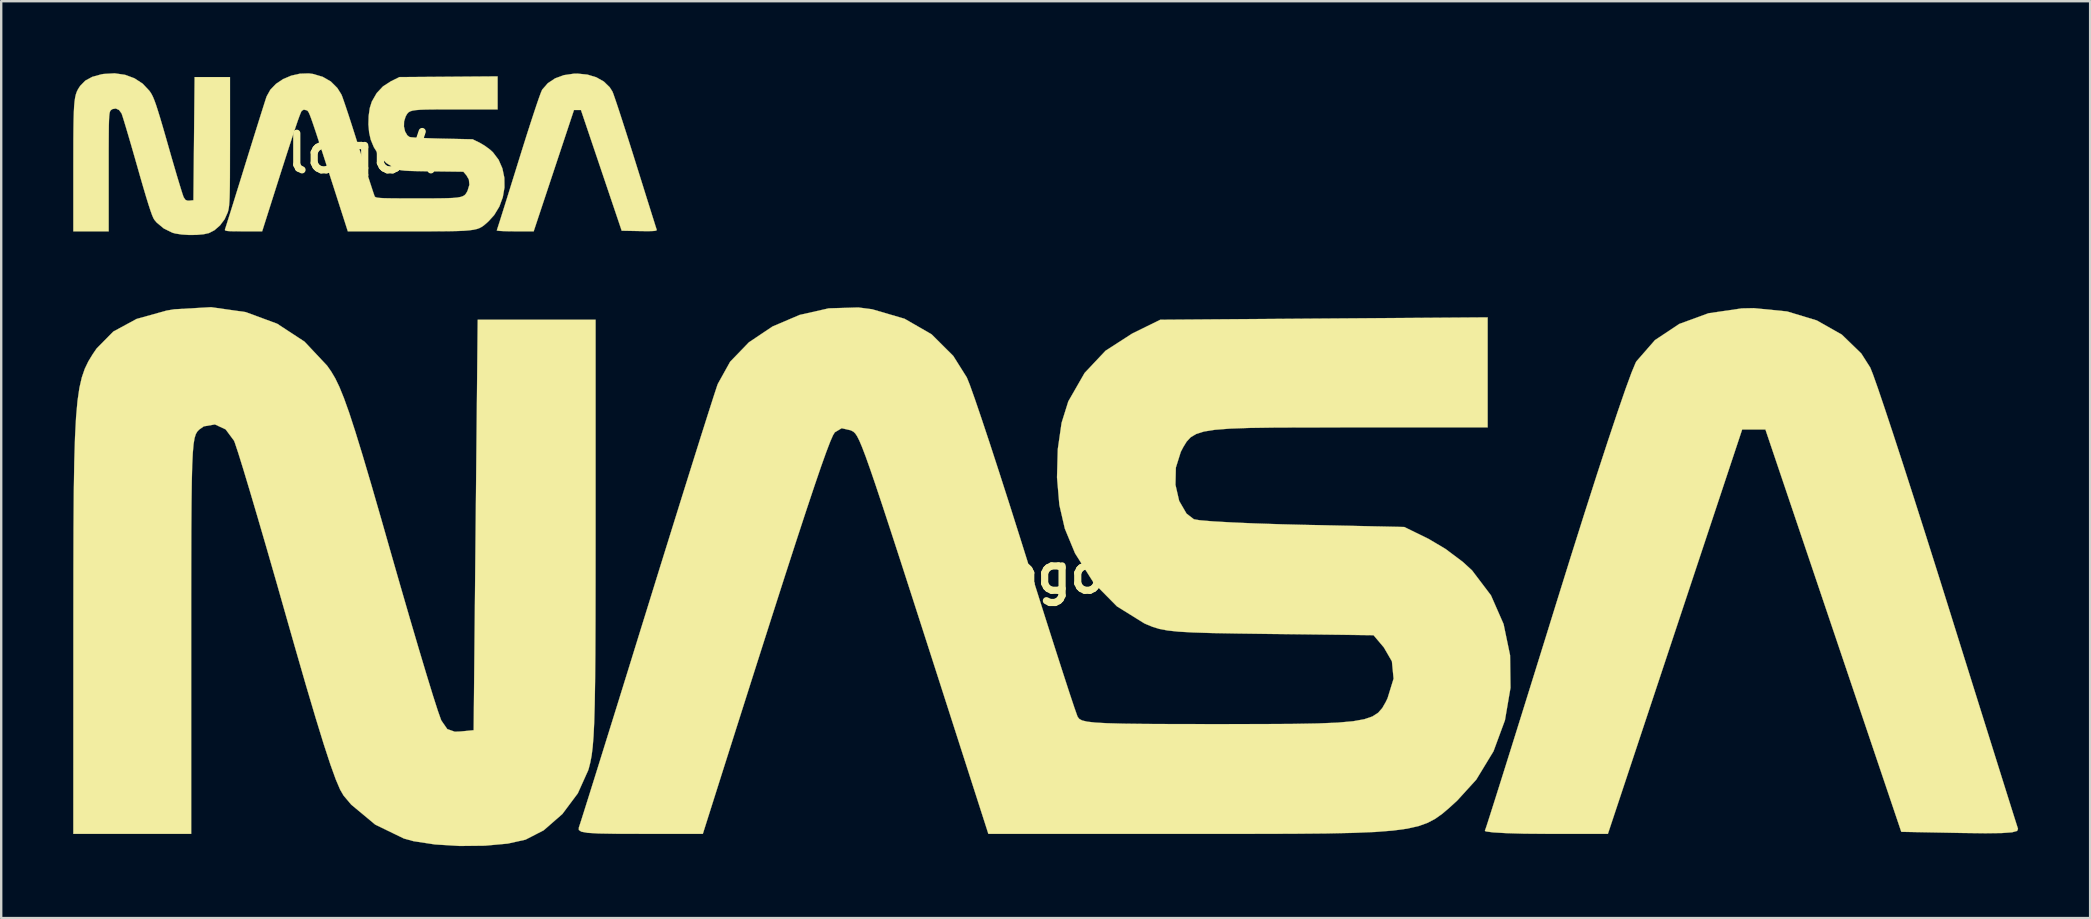
<source format=kicad_pcb>
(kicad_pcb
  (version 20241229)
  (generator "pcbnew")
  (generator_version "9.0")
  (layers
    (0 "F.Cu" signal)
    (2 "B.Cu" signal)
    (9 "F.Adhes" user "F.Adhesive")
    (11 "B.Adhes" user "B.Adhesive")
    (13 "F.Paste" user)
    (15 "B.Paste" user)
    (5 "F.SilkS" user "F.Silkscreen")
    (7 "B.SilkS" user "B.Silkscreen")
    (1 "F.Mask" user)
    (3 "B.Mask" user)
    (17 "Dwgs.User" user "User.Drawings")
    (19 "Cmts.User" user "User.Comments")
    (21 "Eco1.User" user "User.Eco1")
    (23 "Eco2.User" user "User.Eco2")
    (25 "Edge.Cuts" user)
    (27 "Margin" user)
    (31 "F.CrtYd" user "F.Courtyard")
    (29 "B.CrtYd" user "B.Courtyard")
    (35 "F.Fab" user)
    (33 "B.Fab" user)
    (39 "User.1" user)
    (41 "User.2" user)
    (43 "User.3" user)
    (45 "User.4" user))
  (footprint "logo4"
    (layer "F.Cu")
    (at 12.146 3.337)
    (property "Reference" "logo4" (at 0 0 0) (layer "F.SilkS") (effects (font (size 1.524 1.524) (thickness 0.3))))
    (attr through_hole)
    (fp_poly (pts (xy 9.281 -3.278) (xy 9.651 -3.166) (xy 9.964 -2.989) (xy 10.207 -2.753) (xy 10.319 -2.577) (xy 10.354 -2.491) (xy 10.415 -2.317) (xy 10.501 -2.065) (xy 10.607 -1.745) (xy 10.73 -1.366) (xy 10.868 -0.937) (xy 11.018 -0.468) (xy 11.176 0.031) (xy 11.284 0.377) (xy 11.443 0.885) (xy 11.594 1.366) (xy 11.732 1.809) (xy 11.857 2.206) (xy 11.964 2.548) (xy 12.052 2.826) (xy 12.116 3.032) (xy 12.156 3.155) (xy 12.167 3.189) (xy 12.155 3.215) (xy 12.092 3.232) (xy 11.964 3.241) (xy 11.76 3.244) (xy 11.467 3.24) (xy 11.449 3.24) (xy 10.707 3.226) (xy 9.858 0.711) (xy 9.009 -1.803) (xy 8.719 -1.803) (xy 7.04 3.251) (xy 6.26 3.251) (xy 5.994 3.249) (xy 5.77 3.242) (xy 5.604 3.233) (xy 5.514 3.221) (xy 5.503 3.213) (xy 5.521 3.159) (xy 5.567 3.016) (xy 5.638 2.794) (xy 5.73 2.501) (xy 5.842 2.145) (xy 5.97 1.736) (xy 6.111 1.281) (xy 6.264 0.791) (xy 6.399 0.356) (xy 6.579 -0.221) (xy 6.747 -0.754) (xy 6.902 -1.237) (xy 7.041 -1.662) (xy 7.161 -2.022) (xy 7.26 -2.309) (xy 7.336 -2.516) (xy 7.386 -2.635) (xy 7.397 -2.655) (xy 7.628 -2.92) (xy 7.932 -3.122) (xy 8.297 -3.256) (xy 8.714 -3.317) (xy 8.865 -3.32) (xy 9.281 -3.278)) (stroke (width 0.01) (type solid)) (fill yes) (layer "F.SilkS"))
    (fp_poly (pts (xy -9.986 -3.27) (xy -9.594 -3.125) (xy -9.251 -2.901) (xy -8.969 -2.601) (xy -8.918 -2.527) (xy -8.868 -2.443) (xy -8.816 -2.336) (xy -8.759 -2.196) (xy -8.693 -2.013) (xy -8.617 -1.777) (xy -8.525 -1.48) (xy -8.416 -1.111) (xy -8.286 -0.661) (xy -8.179 -0.287) (xy -8.055 0.148) (xy -7.935 0.558) (xy -7.826 0.931) (xy -7.728 1.255) (xy -7.647 1.519) (xy -7.586 1.711) (xy -7.547 1.821) (xy -7.54 1.836) (xy -7.467 1.942) (xy -7.373 1.975) (xy -7.3 1.972) (xy -7.137 1.956) (xy -7.087 -3.175) (xy -5.613 -3.175) (xy -5.613 -0.508) (xy -5.614 0.087) (xy -5.615 0.59) (xy -5.616 1.009) (xy -5.619 1.353) (xy -5.624 1.632) (xy -5.63 1.855) (xy -5.639 2.03) (xy -5.65 2.166) (xy -5.663 2.273) (xy -5.679 2.359) (xy -5.699 2.434) (xy -5.705 2.456) (xy -5.835 2.745) (xy -6.028 3.003) (xy -6.262 3.207) (xy -6.49 3.324) (xy -6.712 3.373) (xy -6.998 3.399) (xy -7.313 3.403) (xy -7.621 3.384) (xy -7.889 3.343) (xy -8.01 3.31) (xy -8.368 3.135) (xy -8.668 2.886) (xy -8.764 2.772) (xy -8.807 2.698) (xy -8.861 2.571) (xy -8.928 2.384) (xy -9.011 2.13) (xy -9.112 1.803) (xy -9.233 1.395) (xy -9.376 0.9) (xy -9.475 0.551) (xy -9.602 0.107) (xy -9.723 -0.313) (xy -9.835 -0.696) (xy -9.934 -1.03) (xy -10.017 -1.306) (xy -10.081 -1.512) (xy -10.122 -1.636) (xy -10.132 -1.662) (xy -10.237 -1.804) (xy -10.371 -1.866) (xy -10.511 -1.842) (xy -10.568 -1.802) (xy -10.591 -1.778) (xy -10.61 -1.745) (xy -10.626 -1.696) (xy -10.638 -1.62) (xy -10.648 -1.51) (xy -10.655 -1.356) (xy -10.661 -1.151) (xy -10.664 -0.884) (xy -10.666 -0.548) (xy -10.668 -0.134) (xy -10.668 0.367) (xy -10.668 0.77) (xy -10.668 3.251) (xy -12.141 3.251) (xy -12.141 0.597) (xy -12.14 -0.032) (xy -12.139 -0.568) (xy -12.135 -1.02) (xy -12.129 -1.397) (xy -12.12 -1.707) (xy -12.107 -1.959) (xy -12.089 -2.161) (xy -12.065 -2.324) (xy -12.035 -2.454) (xy -11.998 -2.562) (xy -11.953 -2.655) (xy -11.9 -2.742) (xy -11.85 -2.815) (xy -11.642 -3.027) (xy -11.351 -3.185) (xy -10.976 -3.289) (xy -10.88 -3.305) (xy -10.419 -3.332) (xy -9.986 -3.27)) (stroke (width 0.01) (type solid)) (fill yes) (layer "F.SilkS"))
    (fp_poly (pts (xy -2.157 -3.306) (xy -1.752 -3.187) (xy -1.414 -2.993) (xy -1.143 -2.723) (xy -0.973 -2.453) (xy -0.936 -2.363) (xy -0.874 -2.188) (xy -0.789 -1.938) (xy -0.685 -1.627) (xy -0.567 -1.264) (xy -0.438 -0.861) (xy -0.302 -0.431) (xy -0.254 -0.279) (xy -0.118 0.153) (xy 0.01 0.556) (xy 0.126 0.921) (xy 0.228 1.236) (xy 0.311 1.491) (xy 0.372 1.674) (xy 0.408 1.776) (xy 0.414 1.791) (xy 0.433 1.815) (xy 0.469 1.834) (xy 0.532 1.849) (xy 0.632 1.86) (xy 0.78 1.869) (xy 0.985 1.874) (xy 1.259 1.877) (xy 1.611 1.879) (xy 2.051 1.88) (xy 2.189 1.88) (xy 2.684 1.879) (xy 3.088 1.877) (xy 3.412 1.871) (xy 3.664 1.861) (xy 3.855 1.844) (xy 3.997 1.818) (xy 4.098 1.783) (xy 4.169 1.737) (xy 4.22 1.678) (xy 4.263 1.604) (xy 4.286 1.557) (xy 4.361 1.312) (xy 4.34 1.095) (xy 4.24 0.921) (xy 4.111 0.768) (xy 2.805 0.752) (xy 2.404 0.747) (xy 2.091 0.741) (xy 1.851 0.734) (xy 1.671 0.724) (xy 1.536 0.709) (xy 1.434 0.69) (xy 1.349 0.664) (xy 1.267 0.63) (xy 1.245 0.62) (xy 0.903 0.408) (xy 0.612 0.113) (xy 0.38 -0.255) (xy 0.252 -0.563) (xy 0.184 -0.861) (xy 0.154 -1.204) (xy 0.164 -1.557) (xy 0.211 -1.886) (xy 0.296 -2.155) (xy 0.296 -2.155) (xy 0.5 -2.51) (xy 0.76 -2.787) (xy 1.091 -3.001) (xy 1.105 -3.007) (xy 1.445 -3.175) (xy 3.491 -3.19) (xy 5.537 -3.205) (xy 5.537 -1.829) (xy 3.771 -1.829) (xy 3.28 -1.829) (xy 2.881 -1.827) (xy 2.563 -1.823) (xy 2.315 -1.814) (xy 2.128 -1.799) (xy 1.991 -1.777) (xy 1.893 -1.746) (xy 1.824 -1.705) (xy 1.774 -1.651) (xy 1.733 -1.584) (xy 1.702 -1.523) (xy 1.64 -1.326) (xy 1.635 -1.112) (xy 1.681 -0.91) (xy 1.773 -0.752) (xy 1.865 -0.681) (xy 1.939 -0.668) (xy 2.1 -0.655) (xy 2.333 -0.642) (xy 2.622 -0.629) (xy 2.954 -0.618) (xy 3.226 -0.611) (xy 4.496 -0.584) (xy 4.801 -0.435) (xy 5.01 -0.31) (xy 5.225 -0.15) (xy 5.343 -0.042) (xy 5.579 0.27) (xy 5.736 0.629) (xy 5.818 1.02) (xy 5.823 1.426) (xy 5.753 1.831) (xy 5.61 2.219) (xy 5.395 2.574) (xy 5.157 2.835) (xy 5.059 2.924) (xy 4.971 2.999) (xy 4.883 3.062) (xy 4.787 3.113) (xy 4.672 3.154) (xy 4.531 3.186) (xy 4.353 3.21) (xy 4.131 3.228) (xy 3.855 3.239) (xy 3.516 3.246) (xy 3.105 3.25) (xy 2.613 3.251) (xy 2.031 3.251) (xy 1.849 3.251) (xy -0.704 3.251) (xy -1.067 2.121) (xy -1.292 1.42) (xy -1.489 0.809) (xy -1.659 0.282) (xy -1.804 -0.167) (xy -1.927 -0.544) (xy -2.029 -0.857) (xy -2.114 -1.11) (xy -2.183 -1.312) (xy -2.238 -1.467) (xy -2.282 -1.583) (xy -2.317 -1.665) (xy -2.345 -1.72) (xy -2.368 -1.754) (xy -2.388 -1.774) (xy -2.408 -1.785) (xy -2.427 -1.794) (xy -2.537 -1.819) (xy -2.623 -1.768) (xy -2.646 -1.73) (xy -2.681 -1.649) (xy -2.731 -1.519) (xy -2.797 -1.335) (xy -2.879 -1.093) (xy -2.981 -0.787) (xy -3.104 -0.413) (xy -3.249 0.035) (xy -3.418 0.56) (xy -3.612 1.169) (xy -3.833 1.865) (xy -4.043 2.527) (xy -4.273 3.251) (xy -5.063 3.251) (xy -5.362 3.25) (xy -5.574 3.247) (xy -5.713 3.238) (xy -5.791 3.224) (xy -5.823 3.203) (xy -5.823 3.173) (xy -5.821 3.167) (xy -5.8 3.104) (xy -5.752 2.953) (xy -5.68 2.723) (xy -5.586 2.424) (xy -5.474 2.065) (xy -5.347 1.655) (xy -5.206 1.203) (xy -5.056 0.718) (xy -4.977 0.462) (xy -4.821 -0.04) (xy -4.672 -0.519) (xy -4.533 -0.964) (xy -4.407 -1.366) (xy -4.297 -1.715) (xy -4.207 -2) (xy -4.139 -2.213) (xy -4.096 -2.343) (xy -4.086 -2.372) (xy -3.931 -2.65) (xy -3.697 -2.893) (xy -3.401 -3.091) (xy -3.062 -3.235) (xy -2.699 -3.317) (xy -2.329 -3.328) (xy -2.157 -3.306)) (stroke (width 0.01) (type solid)) (fill yes) (layer "F.SilkS")))
  (footprint "logo"
    (layer "F.Cu")
    (at 40.476 20.855)
    (property "Reference" "logo" (at 0 0 0) (layer "F.SilkS") (effects (font (size 1.524 1.524) (thickness 0.3))))
    (attr through_hole)
    (fp_poly (pts (xy 30.936 -10.928) (xy 32.171 -10.554) (xy 33.213 -9.964) (xy 34.024 -9.178) (xy 34.398 -8.591) (xy 34.513 -8.303) (xy 34.718 -7.724) (xy 35.002 -6.884) (xy 35.356 -5.816) (xy 35.768 -4.552) (xy 36.228 -3.123) (xy 36.726 -1.561) (xy 37.252 0.103) (xy 37.614 1.256) (xy 38.144 2.951) (xy 38.645 4.552) (xy 39.108 6.029) (xy 39.523 7.352) (xy 39.881 8.493) (xy 40.172 9.42) (xy 40.388 10.105) (xy 40.519 10.518) (xy 40.555 10.63) (xy 40.518 10.716) (xy 40.307 10.773) (xy 39.881 10.804) (xy 39.2 10.813) (xy 38.223 10.801) (xy 38.162 10.8) (xy 35.691 10.753) (xy 30.03 -6.011) (xy 29.062 -6.011) (xy 26.265 2.413) (xy 23.468 10.837) (xy 20.868 10.837) (xy 19.98 10.83) (xy 19.232 10.808) (xy 18.68 10.776) (xy 18.38 10.736) (xy 18.342 10.71) (xy 18.405 10.53) (xy 18.558 10.054) (xy 18.793 9.313) (xy 19.101 8.336) (xy 19.473 7.15) (xy 19.899 5.786) (xy 20.371 4.271) (xy 20.88 2.636) (xy 21.33 1.185) (xy 21.929 -0.736) (xy 22.491 -2.514) (xy 23.007 -4.124) (xy 23.47 -5.54) (xy 23.871 -6.739) (xy 24.201 -7.695) (xy 24.454 -8.385) (xy 24.62 -8.784) (xy 24.655 -8.849) (xy 25.427 -9.734) (xy 26.439 -10.407) (xy 27.657 -10.853) (xy 29.046 -11.056) (xy 29.549 -11.066) (xy 30.936 -10.928)) (stroke (width 0.01) (type solid)) (fill yes) (layer "F.SilkS"))
    (fp_poly (pts (xy -33.288 -10.901) (xy -31.979 -10.418) (xy -30.837 -9.67) (xy -29.898 -8.671) (xy -29.726 -8.425) (xy -29.559 -8.144) (xy -29.386 -7.786) (xy -29.196 -7.318) (xy -28.978 -6.709) (xy -28.723 -5.925) (xy -28.418 -4.934) (xy -28.054 -3.705) (xy -27.62 -2.203) (xy -27.265 -0.958) (xy -26.848 0.494) (xy -26.451 1.861) (xy -26.085 3.103) (xy -25.761 4.183) (xy -25.491 5.062) (xy -25.285 5.704) (xy -25.156 6.069) (xy -25.133 6.121) (xy -24.89 6.472) (xy -24.577 6.582) (xy -24.332 6.572) (xy -23.791 6.519) (xy -23.707 -2.032) (xy -23.622 -10.583) (xy -18.711 -10.583) (xy -18.711 -1.693) (xy -18.712 0.291) (xy -18.715 1.966) (xy -18.721 3.363) (xy -18.732 4.511) (xy -18.747 5.441) (xy -18.768 6.183) (xy -18.796 6.765) (xy -18.832 7.22) (xy -18.876 7.576) (xy -18.931 7.864) (xy -18.995 8.114) (xy -19.018 8.188) (xy -19.451 9.149) (xy -20.095 10.011) (xy -20.873 10.69) (xy -21.632 11.08) (xy -22.373 11.244) (xy -23.326 11.331) (xy -24.375 11.342) (xy -25.404 11.279) (xy -26.295 11.143) (xy -26.698 11.032) (xy -27.893 10.452) (xy -28.893 9.619) (xy -29.212 9.241) (xy -29.355 8.994) (xy -29.536 8.57) (xy -29.761 7.946) (xy -30.038 7.1) (xy -30.374 6.009) (xy -30.777 4.651) (xy -31.253 3.001) (xy -31.585 1.838) (xy -32.007 0.355) (xy -32.41 -1.043) (xy -32.782 -2.318) (xy -33.112 -3.435) (xy -33.389 -4.354) (xy -33.602 -5.04) (xy -33.74 -5.453) (xy -33.774 -5.541) (xy -34.124 -6.013) (xy -34.571 -6.221) (xy -35.037 -6.14) (xy -35.228 -6.005) (xy -35.304 -5.926) (xy -35.367 -5.818) (xy -35.419 -5.653) (xy -35.461 -5.401) (xy -35.493 -5.033) (xy -35.518 -4.521) (xy -35.535 -3.835) (xy -35.547 -2.947) (xy -35.555 -1.827) (xy -35.558 -0.447) (xy -35.56 1.223) (xy -35.56 2.566) (xy -35.56 10.837) (xy -40.471 10.837) (xy -40.469 1.99) (xy -40.467 -0.107) (xy -40.462 -1.894) (xy -40.451 -3.401) (xy -40.431 -4.656) (xy -40.4 -5.689) (xy -40.356 -6.529) (xy -40.296 -7.205) (xy -40.217 -7.745) (xy -40.117 -8.181) (xy -39.994 -8.539) (xy -39.845 -8.849) (xy -39.667 -9.142) (xy -39.501 -9.385) (xy -38.805 -10.091) (xy -37.836 -10.616) (xy -36.586 -10.964) (xy -36.266 -11.018) (xy -34.729 -11.106) (xy -33.288 -10.901)) (stroke (width 0.01) (type solid)) (fill yes) (layer "F.SilkS"))
    (fp_poly (pts (xy -7.19 -11.02) (xy -5.839 -10.625) (xy -4.714 -9.978) (xy -3.808 -9.076) (xy -3.243 -8.178) (xy -3.122 -7.878) (xy -2.913 -7.293) (xy -2.63 -6.462) (xy -2.284 -5.422) (xy -1.89 -4.212) (xy -1.459 -2.871) (xy -1.005 -1.437) (xy -0.846 -0.931) (xy -0.393 0.509) (xy 0.033 1.855) (xy 0.421 3.071) (xy 0.759 4.121) (xy 1.035 4.97) (xy 1.239 5.581) (xy 1.358 5.919) (xy 1.38 5.969) (xy 1.443 6.049) (xy 1.562 6.113) (xy 1.772 6.163) (xy 2.106 6.201) (xy 2.599 6.228) (xy 3.284 6.247) (xy 4.196 6.258) (xy 5.37 6.263) (xy 6.838 6.265) (xy 7.296 6.265) (xy 8.948 6.264) (xy 10.295 6.257) (xy 11.372 6.238) (xy 12.212 6.203) (xy 12.851 6.146) (xy 13.322 6.061) (xy 13.659 5.945) (xy 13.896 5.791) (xy 14.068 5.594) (xy 14.209 5.348) (xy 14.286 5.189) (xy 14.538 4.372) (xy 14.468 3.649) (xy 14.133 3.071) (xy 13.703 2.561) (xy 9.349 2.508) (xy 8.013 2.49) (xy 6.968 2.471) (xy 6.17 2.446) (xy 5.569 2.412) (xy 5.121 2.364) (xy 4.779 2.299) (xy 4.495 2.212) (xy 4.224 2.1) (xy 4.149 2.066) (xy 3.011 1.359) (xy 2.041 0.376) (xy 1.266 -0.851) (xy 0.841 -1.877) (xy 0.612 -2.869) (xy 0.515 -4.013) (xy 0.547 -5.191) (xy 0.705 -6.287) (xy 0.985 -7.182) (xy 0.986 -7.183) (xy 1.665 -8.367) (xy 2.535 -9.291) (xy 3.638 -10.002) (xy 3.683 -10.025) (xy 4.818 -10.583) (xy 11.638 -10.633) (xy 18.457 -10.682) (xy 18.457 -6.096) (xy 12.568 -6.096) (xy 10.934 -6.095) (xy 9.603 -6.091) (xy 8.543 -6.076) (xy 7.718 -6.047) (xy 7.093 -5.998) (xy 6.635 -5.925) (xy 6.309 -5.821) (xy 6.08 -5.683) (xy 5.915 -5.504) (xy 5.778 -5.281) (xy 5.672 -5.078) (xy 5.466 -4.421) (xy 5.45 -3.706) (xy 5.604 -3.035) (xy 5.91 -2.507) (xy 6.217 -2.27) (xy 6.464 -2.228) (xy 7.001 -2.183) (xy 7.777 -2.139) (xy 8.742 -2.097) (xy 9.846 -2.061) (xy 10.753 -2.038) (xy 14.986 -1.947) (xy 16.002 -1.449) (xy 16.701 -1.034) (xy 17.415 -0.499) (xy 17.809 -0.138) (xy 18.595 0.9) (xy 19.121 2.097) (xy 19.392 3.399) (xy 19.409 4.753) (xy 19.178 6.104) (xy 18.701 7.397) (xy 17.983 8.579) (xy 17.189 9.451) (xy 16.865 9.747) (xy 16.571 9.998) (xy 16.278 10.207) (xy 15.956 10.378) (xy 15.574 10.515) (xy 15.103 10.621) (xy 14.512 10.701) (xy 13.771 10.759) (xy 12.851 10.797) (xy 11.72 10.821) (xy 10.35 10.833) (xy 8.71 10.837) (xy 6.77 10.837) (xy 6.163 10.837) (xy -2.346 10.837) (xy -3.557 7.07) (xy -4.308 4.733) (xy -4.963 2.697) (xy -5.529 0.941) (xy -6.012 -0.555) (xy -6.422 -1.814) (xy -6.764 -2.856) (xy -7.046 -3.702) (xy -7.276 -4.373) (xy -7.46 -4.89) (xy -7.607 -5.275) (xy -7.723 -5.549) (xy -7.816 -5.732) (xy -7.893 -5.846) (xy -7.961 -5.912) (xy -8.028 -5.951) (xy -8.09 -5.979) (xy -8.457 -6.063) (xy -8.742 -5.893) (xy -8.819 -5.768) (xy -8.938 -5.496) (xy -9.103 -5.063) (xy -9.322 -4.45) (xy -9.598 -3.642) (xy -9.938 -2.623) (xy -10.347 -1.376) (xy -10.83 0.115) (xy -11.392 1.867) (xy -12.04 3.896) (xy -12.778 6.218) (xy -13.478 8.424) (xy -14.242 10.837) (xy -16.876 10.837) (xy -17.875 10.834) (xy -18.581 10.822) (xy -19.042 10.795) (xy -19.302 10.748) (xy -19.409 10.677) (xy -19.409 10.576) (xy -19.402 10.558) (xy -19.333 10.347) (xy -19.174 9.844) (xy -18.933 9.078) (xy -18.621 8.081) (xy -18.248 6.883) (xy -17.822 5.516) (xy -17.354 4.009) (xy -16.854 2.394) (xy -16.589 1.541) (xy -16.07 -0.134) (xy -15.573 -1.73) (xy -15.11 -3.214) (xy -14.69 -4.554) (xy -14.325 -5.716) (xy -14.023 -6.667) (xy -13.796 -7.376) (xy -13.654 -7.809) (xy -13.62 -7.906) (xy -13.104 -8.834) (xy -12.323 -9.643) (xy -11.337 -10.303) (xy -10.208 -10.784) (xy -8.996 -11.058) (xy -7.762 -11.094) (xy -7.19 -11.02)) (stroke (width 0.01) (type solid)) (fill yes) (layer "F.SilkS")))
  (gr_rect
    (start -3 -3)
    (end 84.036 35.202)
    (stroke (width 0.1) (type default))
    (fill no)
    (layer "Edge.Cuts")))
</source>
